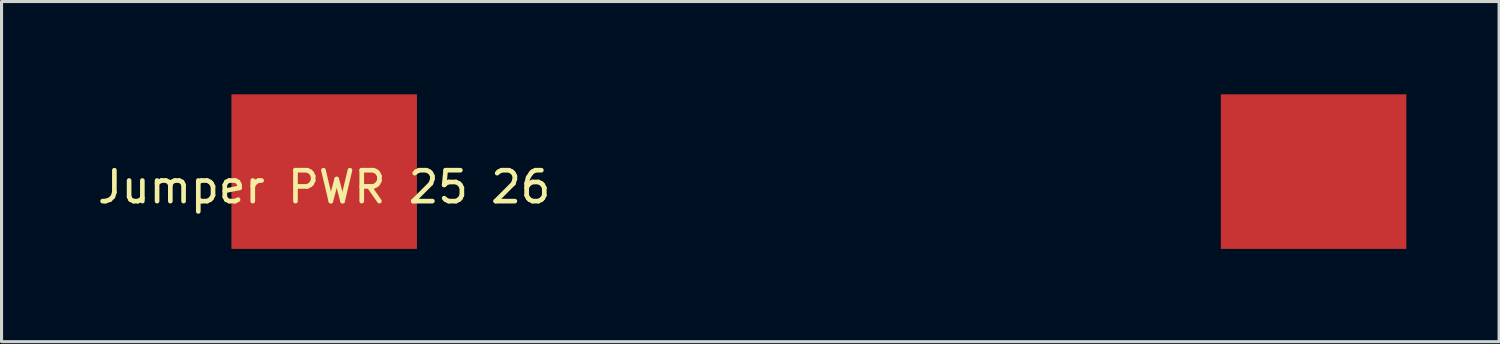
<source format=kicad_pcb>
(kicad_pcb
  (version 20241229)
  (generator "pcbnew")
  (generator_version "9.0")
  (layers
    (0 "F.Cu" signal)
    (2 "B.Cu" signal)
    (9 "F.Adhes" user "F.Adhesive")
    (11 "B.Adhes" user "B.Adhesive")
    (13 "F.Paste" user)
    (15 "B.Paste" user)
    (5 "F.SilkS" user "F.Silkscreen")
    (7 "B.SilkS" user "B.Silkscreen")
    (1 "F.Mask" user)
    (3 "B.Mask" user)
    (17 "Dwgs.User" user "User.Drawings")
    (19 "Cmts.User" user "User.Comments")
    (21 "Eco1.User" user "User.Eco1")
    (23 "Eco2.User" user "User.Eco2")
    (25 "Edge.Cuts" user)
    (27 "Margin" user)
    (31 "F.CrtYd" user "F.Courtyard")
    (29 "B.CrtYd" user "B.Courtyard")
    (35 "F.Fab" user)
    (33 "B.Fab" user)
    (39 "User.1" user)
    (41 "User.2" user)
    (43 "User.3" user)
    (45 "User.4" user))
  (footprint "Jumper PWR 25 26"
    (layer "F.Cu")
    (at 7.435 2.5)
    (property "Reference" "Jumper PWR 25 26" (at 0 0.5 0) (layer "F.SilkS") (effects (font (size 1 1) (thickness 0.15))))
    (attr through_hole)
    (pad "1" smd rect (at 0 0) (size 6 5) (layers "F.Cu" "F.Mask" "F.Paste"))
    (pad "2" smd rect (at 32 0) (size 6 5) (layers "F.Cu" "F.Mask" "F.Paste")))
  (gr_rect
    (start -3 -3)
    (end 45.435 8)
    (stroke (width 0.1) (type default))
    (fill no)
    (layer "Edge.Cuts")))
</source>
